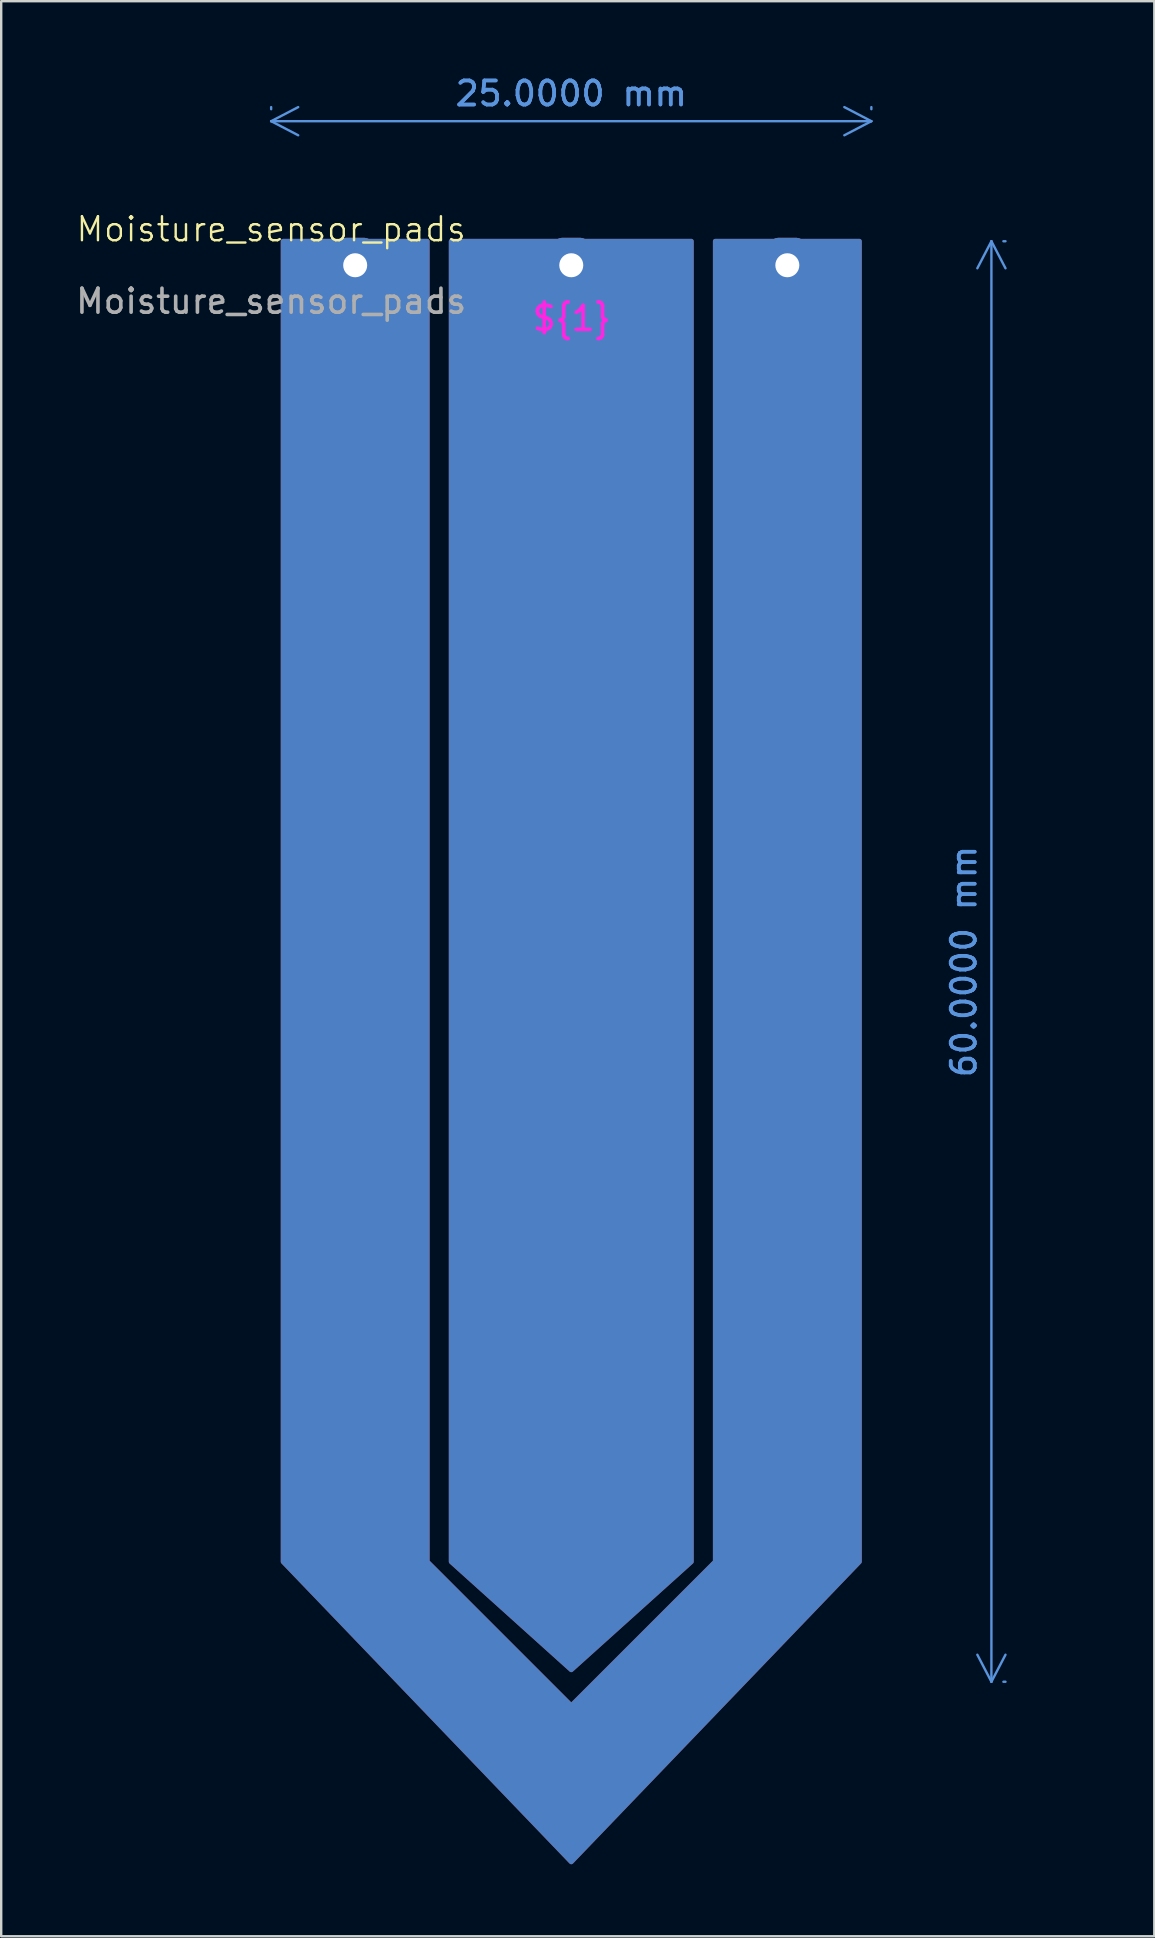
<source format=kicad_pcb>
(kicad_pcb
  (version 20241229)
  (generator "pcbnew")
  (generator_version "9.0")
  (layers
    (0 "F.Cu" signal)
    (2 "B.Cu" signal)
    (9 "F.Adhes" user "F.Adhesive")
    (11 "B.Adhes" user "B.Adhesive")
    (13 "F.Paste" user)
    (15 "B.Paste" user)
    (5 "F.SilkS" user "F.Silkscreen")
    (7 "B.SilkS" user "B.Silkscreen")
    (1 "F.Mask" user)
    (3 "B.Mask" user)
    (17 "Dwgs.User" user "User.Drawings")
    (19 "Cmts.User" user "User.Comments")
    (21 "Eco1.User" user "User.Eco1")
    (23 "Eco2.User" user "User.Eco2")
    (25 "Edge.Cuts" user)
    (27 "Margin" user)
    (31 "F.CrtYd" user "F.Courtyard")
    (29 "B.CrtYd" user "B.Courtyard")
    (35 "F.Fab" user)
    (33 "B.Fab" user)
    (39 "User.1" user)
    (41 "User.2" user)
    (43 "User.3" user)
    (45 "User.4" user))
  (footprint "Moisture_sensor_pads"
    (layer "F.Cu")
    (at 8.244 6.998)
    (property "Reference" "Moisture_sensor_pads" (at 0 -0.5 0) (unlocked yes) (layer "F.SilkS") (effects (font (size 1 1) (thickness 0.1))))
    (attr smd)
    (fp_poly (pts (xy 17.5 0) (xy 17.5 55) (xy 12.5 59.5) (xy 7.5 55) (xy 7.5 0)) (stroke (width 0.2) (type solid)) (fill yes) (layer "F.Cu"))
    (fp_poly (pts (xy 6.5 0) (xy 6.5 55) (xy 12.5 61) (xy 18.5 55) (xy 18.5 0) (xy 24.5 0) (xy 24.5 55) (xy 12.5 67.5) (xy 0.5 55) (xy 0.5 0)) (stroke (width 0.2) (type solid)) (fill yes) (layer "F.Cu"))
    (fp_poly (pts (xy 17.5 0) (xy 17.5 55) (xy 12.5 59.5) (xy 7.5 55) (xy 7.5 0)) (stroke (width 0.2) (type solid)) (fill yes) (layer "B.Cu"))
    (fp_poly (pts (xy 6.5 0) (xy 6.5 55) (xy 12.5 61) (xy 18.5 55) (xy 18.5 0) (xy 24.5 0) (xy 24.5 55) (xy 12.5 67.5) (xy 0.5 55) (xy 0.5 0)) (stroke (width 0.2) (type solid)) (fill yes) (layer "B.Cu"))
    (fp_text user "${1}" (at 10.8 3.8 0) (unlocked yes) (layer "F.CrtYd") (effects (font (size 1 1) (thickness 0.15)) (justify left bottom)))
    (fp_text user "${REFERENCE}" (at 0 2.5 0) (unlocked yes) (layer "F.Fab") (effects (font (size 1 1) (thickness 0.15))))
    (dimension (type aligned) (layer "Cmts.User") (pts (xy 38.244 6.998) (xy 38.244 66.998)) (height 0) (format (prefix "") (suffix "") (units 3) (units_format 1) (precision 4)) (style (thickness 0.1) (arrow_length 1.27) (text_position_mode 0) (arrow_direction outward) (extension_height 0.586) (extension_offset 0.5) (keep_text_aligned yes)) (gr_text "60.0000 mm" (at 37.094 36.998 90) (layer "Cmts.User") (effects (font (size 1 1) (thickness 0.15)))))
    (dimension (type aligned) (layer "Cmts.User") (pts (xy 8.244 1.998) (xy 33.244 1.998)) (height 0) (format (prefix "") (suffix "") (units 3) (units_format 1) (precision 4)) (style (thickness 0.1) (arrow_length 1.27) (text_position_mode 0) (arrow_direction outward) (extension_height 0.586) (extension_offset 0.5) (keep_text_aligned yes)) (gr_text "25.0000 mm" (at 20.744 0.848 0) (layer "Cmts.User") (effects (font (size 1 1) (thickness 0.15)))))
    (pad "1" thru_hole roundrect (at 12.5 1 90) (size 2.286 1.524) (drill 1) (layers "*.Cu" "*.Mask") (roundrect_rratio 0.25))
    (pad "2" thru_hole roundrect (at 3.5 1 90) (size 2.286 1.524) (drill 1) (layers "*.Cu" "*.Mask") (roundrect_rratio 0.25))
    (pad "2" thru_hole roundrect (at 21.5 1 90) (size 2.286 1.524) (drill 1) (layers "*.Cu" "*.Mask") (roundrect_rratio 0.25)))
  (gr_rect
    (start -3 -3)
    (end 45.029 77.598)
    (stroke (width 0.1) (type default))
    (fill no)
    (layer "Edge.Cuts")))
</source>
